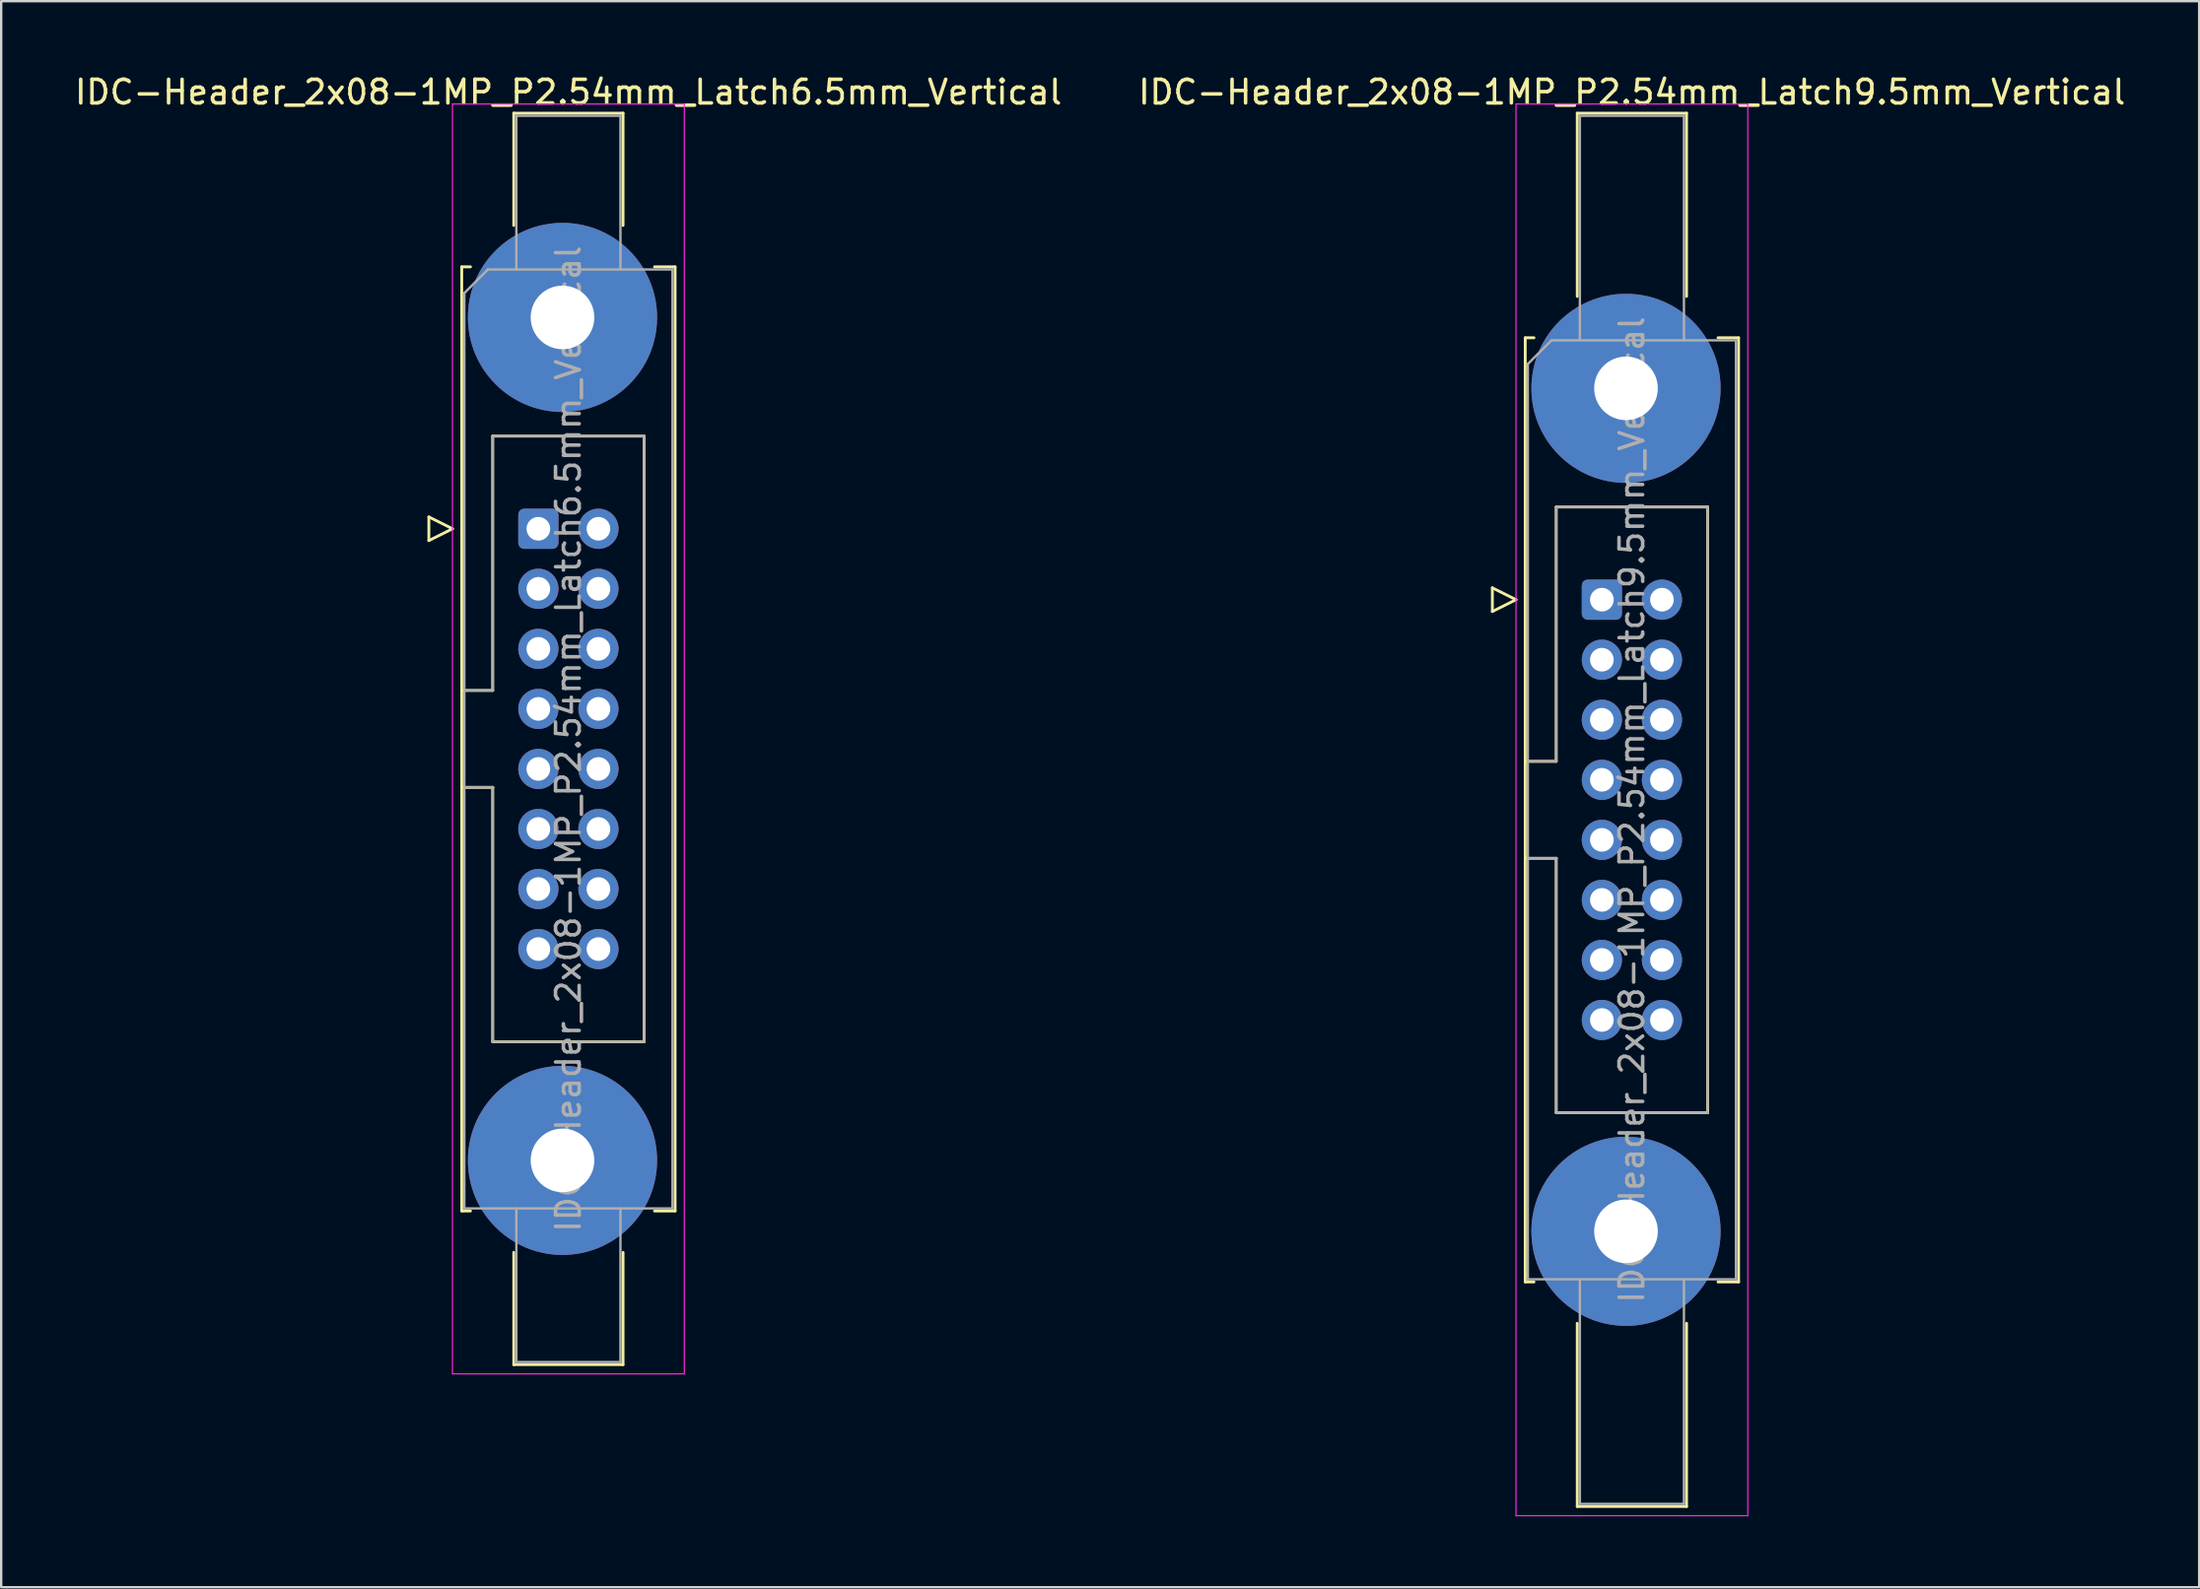
<source format=kicad_pcb>
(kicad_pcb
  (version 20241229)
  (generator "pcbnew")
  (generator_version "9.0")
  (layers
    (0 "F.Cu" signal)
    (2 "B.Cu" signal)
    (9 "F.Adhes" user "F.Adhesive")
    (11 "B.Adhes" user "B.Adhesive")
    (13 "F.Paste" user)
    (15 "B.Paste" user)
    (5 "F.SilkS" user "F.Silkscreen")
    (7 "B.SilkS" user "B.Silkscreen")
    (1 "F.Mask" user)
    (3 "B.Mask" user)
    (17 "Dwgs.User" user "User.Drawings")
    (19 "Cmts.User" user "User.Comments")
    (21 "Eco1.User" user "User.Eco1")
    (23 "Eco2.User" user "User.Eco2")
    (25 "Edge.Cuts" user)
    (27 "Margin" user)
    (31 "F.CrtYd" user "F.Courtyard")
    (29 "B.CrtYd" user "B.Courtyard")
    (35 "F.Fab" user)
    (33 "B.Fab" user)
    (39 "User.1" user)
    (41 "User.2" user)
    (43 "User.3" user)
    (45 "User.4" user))
  (footprint "IDC-Header_2x08-1MP_P2.54mm_Latch6.5mm_Vertical"
    (layer "F.Cu")
    (at 19.712 19.318)
    (property "Reference" "IDC-Header_2x08-1MP_P2.54mm_Latch6.5mm_Vertical" (at 1.27 -18.47 0) (layer "F.SilkS") (effects (font (size 1 1) (thickness 0.15))))
    (attr through_hole)
    (fp_line (start -4.63 -0.5) (end -4.63 0.5) (stroke (width 0.12) (type solid)) (layer "F.SilkS"))
    (fp_line (start -4.63 0.5) (end -3.63 0) (stroke (width 0.12) (type solid)) (layer "F.SilkS"))
    (fp_line (start -3.63 0) (end -4.63 -0.5) (stroke (width 0.12) (type solid)) (layer "F.SilkS"))
    (fp_line (start -3.24 -11.08) (end -3.24 28.86) (stroke (width 0.12) (type solid)) (layer "F.SilkS"))
    (fp_line (start -3.24 6.84) (end -1.93 6.84) (stroke (width 0.12) (type solid)) (layer "F.SilkS"))
    (fp_line (start -3.24 28.86) (end -2.87 28.86) (stroke (width 0.12) (type solid)) (layer "F.SilkS"))
    (fp_line (start -2.87 -11.08) (end -3.24 -11.08) (stroke (width 0.12) (type solid)) (layer "F.SilkS"))
    (fp_line (start -1.93 -3.92) (end 4.47 -3.92) (stroke (width 0.12) (type solid)) (layer "F.SilkS"))
    (fp_line (start -1.93 6.84) (end -1.93 -3.92) (stroke (width 0.12) (type solid)) (layer "F.SilkS"))
    (fp_line (start -1.93 10.94) (end -3.24 10.94) (stroke (width 0.12) (type solid)) (layer "F.SilkS"))
    (fp_line (start -1.93 10.94) (end -1.93 10.94) (stroke (width 0.12) (type solid)) (layer "F.SilkS"))
    (fp_line (start -1.93 21.7) (end -1.93 10.94) (stroke (width 0.12) (type solid)) (layer "F.SilkS"))
    (fp_line (start -1.04 -17.58) (end 3.58 -17.58) (stroke (width 0.12) (type solid)) (layer "F.SilkS"))
    (fp_line (start -1.04 -12.83) (end -1.04 -17.58) (stroke (width 0.12) (type solid)) (layer "F.SilkS"))
    (fp_line (start -1.04 30.61) (end -1.04 35.36) (stroke (width 0.12) (type solid)) (layer "F.SilkS"))
    (fp_line (start -1.04 35.36) (end 3.58 35.36) (stroke (width 0.12) (type solid)) (layer "F.SilkS"))
    (fp_line (start 3.58 -17.58) (end 3.58 -12.83) (stroke (width 0.12) (type solid)) (layer "F.SilkS"))
    (fp_line (start 3.58 35.36) (end 3.58 30.61) (stroke (width 0.12) (type solid)) (layer "F.SilkS"))
    (fp_line (start 4.47 -3.92) (end 4.47 21.7) (stroke (width 0.12) (type solid)) (layer "F.SilkS"))
    (fp_line (start 4.47 21.7) (end -1.93 21.7) (stroke (width 0.12) (type solid)) (layer "F.SilkS"))
    (fp_line (start 4.91 -11.08) (end 5.78 -11.08) (stroke (width 0.12) (type solid)) (layer "F.SilkS"))
    (fp_line (start 5.78 -11.08) (end 5.78 28.86) (stroke (width 0.12) (type solid)) (layer "F.SilkS"))
    (fp_line (start 5.78 28.86) (end 4.91 28.86) (stroke (width 0.12) (type solid)) (layer "F.SilkS"))
    (fp_line (start -3.63 -17.97) (end -3.63 35.75) (stroke (width 0.05) (type solid)) (layer "F.CrtYd"))
    (fp_line (start -3.63 35.75) (end 6.17 35.75) (stroke (width 0.05) (type solid)) (layer "F.CrtYd"))
    (fp_line (start 6.17 -17.97) (end -3.63 -17.97) (stroke (width 0.05) (type solid)) (layer "F.CrtYd"))
    (fp_line (start 6.17 35.75) (end 6.17 -17.97) (stroke (width 0.05) (type solid)) (layer "F.CrtYd"))
    (fp_line (start -3.13 -9.97) (end -2.13 -10.97) (stroke (width 0.1) (type solid)) (layer "F.Fab"))
    (fp_line (start -3.13 6.84) (end -1.93 6.84) (stroke (width 0.1) (type solid)) (layer "F.Fab"))
    (fp_line (start -3.13 28.75) (end -3.13 -9.97) (stroke (width 0.1) (type solid)) (layer "F.Fab"))
    (fp_line (start -2.13 -10.97) (end 5.67 -10.97) (stroke (width 0.1) (type solid)) (layer "F.Fab"))
    (fp_line (start -1.93 -3.92) (end 4.47 -3.92) (stroke (width 0.1) (type solid)) (layer "F.Fab"))
    (fp_line (start -1.93 6.84) (end -1.93 -3.92) (stroke (width 0.1) (type solid)) (layer "F.Fab"))
    (fp_line (start -1.93 10.94) (end -3.13 10.94) (stroke (width 0.1) (type solid)) (layer "F.Fab"))
    (fp_line (start -1.93 10.94) (end -1.93 10.94) (stroke (width 0.1) (type solid)) (layer "F.Fab"))
    (fp_line (start -1.93 21.7) (end -1.93 10.94) (stroke (width 0.1) (type solid)) (layer "F.Fab"))
    (fp_line (start -0.93 -17.47) (end 3.47 -17.47) (stroke (width 0.1) (type solid)) (layer "F.Fab"))
    (fp_line (start -0.93 -10.97) (end -0.93 -17.47) (stroke (width 0.1) (type solid)) (layer "F.Fab"))
    (fp_line (start -0.93 28.75) (end -0.93 35.25) (stroke (width 0.1) (type solid)) (layer "F.Fab"))
    (fp_line (start -0.93 35.25) (end 3.47 35.25) (stroke (width 0.1) (type solid)) (layer "F.Fab"))
    (fp_line (start 3.47 -17.47) (end 3.47 -10.97) (stroke (width 0.1) (type solid)) (layer "F.Fab"))
    (fp_line (start 3.47 35.25) (end 3.47 28.75) (stroke (width 0.1) (type solid)) (layer "F.Fab"))
    (fp_line (start 4.47 -3.92) (end 4.47 21.7) (stroke (width 0.1) (type solid)) (layer "F.Fab"))
    (fp_line (start 4.47 21.7) (end -1.93 21.7) (stroke (width 0.1) (type solid)) (layer "F.Fab"))
    (fp_line (start 5.67 -10.97) (end 5.67 28.75) (stroke (width 0.1) (type solid)) (layer "F.Fab"))
    (fp_line (start 5.67 28.75) (end -3.13 28.75) (stroke (width 0.1) (type solid)) (layer "F.Fab"))
    (fp_text user "${REFERENCE}" (at 1.27 8.89 90) (layer "F.Fab") (effects (font (size 1 1) (thickness 0.15))))
    (pad "1" thru_hole roundrect (at 0 0) (size 1.7 1.7) (drill 1) (layers "*.Cu" "*.Mask") (roundrect_rratio 0.147))
    (pad "2" thru_hole circle (at 2.54 0) (size 1.7 1.7) (drill 1) (layers "*.Cu" "*.Mask"))
    (pad "3" thru_hole circle (at 0 2.54) (size 1.7 1.7) (drill 1) (layers "*.Cu" "*.Mask"))
    (pad "4" thru_hole circle (at 2.54 2.54) (size 1.7 1.7) (drill 1) (layers "*.Cu" "*.Mask"))
    (pad "5" thru_hole circle (at 0 5.08) (size 1.7 1.7) (drill 1) (layers "*.Cu" "*.Mask"))
    (pad "6" thru_hole circle (at 2.54 5.08) (size 1.7 1.7) (drill 1) (layers "*.Cu" "*.Mask"))
    (pad "7" thru_hole circle (at 0 7.62) (size 1.7 1.7) (drill 1) (layers "*.Cu" "*.Mask"))
    (pad "8" thru_hole circle (at 2.54 7.62) (size 1.7 1.7) (drill 1) (layers "*.Cu" "*.Mask"))
    (pad "9" thru_hole circle (at 0 10.16) (size 1.7 1.7) (drill 1) (layers "*.Cu" "*.Mask"))
    (pad "10" thru_hole circle (at 2.54 10.16) (size 1.7 1.7) (drill 1) (layers "*.Cu" "*.Mask"))
    (pad "11" thru_hole circle (at 0 12.7) (size 1.7 1.7) (drill 1) (layers "*.Cu" "*.Mask"))
    (pad "12" thru_hole circle (at 2.54 12.7) (size 1.7 1.7) (drill 1) (layers "*.Cu" "*.Mask"))
    (pad "13" thru_hole circle (at 0 15.24) (size 1.7 1.7) (drill 1) (layers "*.Cu" "*.Mask"))
    (pad "14" thru_hole circle (at 2.54 15.24) (size 1.7 1.7) (drill 1) (layers "*.Cu" "*.Mask"))
    (pad "15" thru_hole circle (at 0 17.78) (size 1.7 1.7) (drill 1) (layers "*.Cu" "*.Mask"))
    (pad "16" thru_hole circle (at 2.54 17.78) (size 1.7 1.7) (drill 1) (layers "*.Cu" "*.Mask"))
    (pad "MP" thru_hole circle (at 1.02 -8.94) (size 8 8) (drill 2.69) (layers "*.Cu" "*.Mask"))
    (pad "MP" thru_hole circle (at 1.02 26.72) (size 8 8) (drill 2.69) (layers "*.Cu" "*.Mask")))
  (footprint "IDC-Header_2x08-1MP_P2.54mm_Latch9.5mm_Vertical"
    (layer "F.Cu")
    (at 64.676 22.318)
    (property "Reference" "IDC-Header_2x08-1MP_P2.54mm_Latch9.5mm_Vertical" (at 1.27 -21.47 0) (layer "F.SilkS") (effects (font (size 1 1) (thickness 0.15))))
    (attr through_hole)
    (fp_line (start -4.63 -0.5) (end -4.63 0.5) (stroke (width 0.12) (type solid)) (layer "F.SilkS"))
    (fp_line (start -4.63 0.5) (end -3.63 0) (stroke (width 0.12) (type solid)) (layer "F.SilkS"))
    (fp_line (start -3.63 0) (end -4.63 -0.5) (stroke (width 0.12) (type solid)) (layer "F.SilkS"))
    (fp_line (start -3.24 -11.08) (end -3.24 28.86) (stroke (width 0.12) (type solid)) (layer "F.SilkS"))
    (fp_line (start -3.24 6.84) (end -1.93 6.84) (stroke (width 0.12) (type solid)) (layer "F.SilkS"))
    (fp_line (start -3.24 28.86) (end -2.87 28.86) (stroke (width 0.12) (type solid)) (layer "F.SilkS"))
    (fp_line (start -2.87 -11.08) (end -3.24 -11.08) (stroke (width 0.12) (type solid)) (layer "F.SilkS"))
    (fp_line (start -1.93 -3.92) (end 4.47 -3.92) (stroke (width 0.12) (type solid)) (layer "F.SilkS"))
    (fp_line (start -1.93 6.84) (end -1.93 -3.92) (stroke (width 0.12) (type solid)) (layer "F.SilkS"))
    (fp_line (start -1.93 10.94) (end -3.24 10.94) (stroke (width 0.12) (type solid)) (layer "F.SilkS"))
    (fp_line (start -1.93 10.94) (end -1.93 10.94) (stroke (width 0.12) (type solid)) (layer "F.SilkS"))
    (fp_line (start -1.93 21.7) (end -1.93 10.94) (stroke (width 0.12) (type solid)) (layer "F.SilkS"))
    (fp_line (start -1.04 -20.58) (end 3.58 -20.58) (stroke (width 0.12) (type solid)) (layer "F.SilkS"))
    (fp_line (start -1.04 -12.83) (end -1.04 -20.58) (stroke (width 0.12) (type solid)) (layer "F.SilkS"))
    (fp_line (start -1.04 30.61) (end -1.04 38.36) (stroke (width 0.12) (type solid)) (layer "F.SilkS"))
    (fp_line (start -1.04 38.36) (end 3.58 38.36) (stroke (width 0.12) (type solid)) (layer "F.SilkS"))
    (fp_line (start 3.58 -20.58) (end 3.58 -12.83) (stroke (width 0.12) (type solid)) (layer "F.SilkS"))
    (fp_line (start 3.58 38.36) (end 3.58 30.61) (stroke (width 0.12) (type solid)) (layer "F.SilkS"))
    (fp_line (start 4.47 -3.92) (end 4.47 21.7) (stroke (width 0.12) (type solid)) (layer "F.SilkS"))
    (fp_line (start 4.47 21.7) (end -1.93 21.7) (stroke (width 0.12) (type solid)) (layer "F.SilkS"))
    (fp_line (start 4.91 -11.08) (end 5.78 -11.08) (stroke (width 0.12) (type solid)) (layer "F.SilkS"))
    (fp_line (start 5.78 -11.08) (end 5.78 28.86) (stroke (width 0.12) (type solid)) (layer "F.SilkS"))
    (fp_line (start 5.78 28.86) (end 4.91 28.86) (stroke (width 0.12) (type solid)) (layer "F.SilkS"))
    (fp_line (start -3.63 -20.97) (end -3.63 38.75) (stroke (width 0.05) (type solid)) (layer "F.CrtYd"))
    (fp_line (start -3.63 38.75) (end 6.17 38.75) (stroke (width 0.05) (type solid)) (layer "F.CrtYd"))
    (fp_line (start 6.17 -20.97) (end -3.63 -20.97) (stroke (width 0.05) (type solid)) (layer "F.CrtYd"))
    (fp_line (start 6.17 38.75) (end 6.17 -20.97) (stroke (width 0.05) (type solid)) (layer "F.CrtYd"))
    (fp_line (start -3.13 -9.97) (end -2.13 -10.97) (stroke (width 0.1) (type solid)) (layer "F.Fab"))
    (fp_line (start -3.13 6.84) (end -1.93 6.84) (stroke (width 0.1) (type solid)) (layer "F.Fab"))
    (fp_line (start -3.13 28.75) (end -3.13 -9.97) (stroke (width 0.1) (type solid)) (layer "F.Fab"))
    (fp_line (start -2.13 -10.97) (end 5.67 -10.97) (stroke (width 0.1) (type solid)) (layer "F.Fab"))
    (fp_line (start -1.93 -3.92) (end 4.47 -3.92) (stroke (width 0.1) (type solid)) (layer "F.Fab"))
    (fp_line (start -1.93 6.84) (end -1.93 -3.92) (stroke (width 0.1) (type solid)) (layer "F.Fab"))
    (fp_line (start -1.93 10.94) (end -3.13 10.94) (stroke (width 0.1) (type solid)) (layer "F.Fab"))
    (fp_line (start -1.93 10.94) (end -1.93 10.94) (stroke (width 0.1) (type solid)) (layer "F.Fab"))
    (fp_line (start -1.93 21.7) (end -1.93 10.94) (stroke (width 0.1) (type solid)) (layer "F.Fab"))
    (fp_line (start -0.93 -20.47) (end 3.47 -20.47) (stroke (width 0.1) (type solid)) (layer "F.Fab"))
    (fp_line (start -0.93 -10.97) (end -0.93 -20.47) (stroke (width 0.1) (type solid)) (layer "F.Fab"))
    (fp_line (start -0.93 28.75) (end -0.93 38.25) (stroke (width 0.1) (type solid)) (layer "F.Fab"))
    (fp_line (start -0.93 38.25) (end 3.47 38.25) (stroke (width 0.1) (type solid)) (layer "F.Fab"))
    (fp_line (start 3.47 -20.47) (end 3.47 -10.97) (stroke (width 0.1) (type solid)) (layer "F.Fab"))
    (fp_line (start 3.47 38.25) (end 3.47 28.75) (stroke (width 0.1) (type solid)) (layer "F.Fab"))
    (fp_line (start 4.47 -3.92) (end 4.47 21.7) (stroke (width 0.1) (type solid)) (layer "F.Fab"))
    (fp_line (start 4.47 21.7) (end -1.93 21.7) (stroke (width 0.1) (type solid)) (layer "F.Fab"))
    (fp_line (start 5.67 -10.97) (end 5.67 28.75) (stroke (width 0.1) (type solid)) (layer "F.Fab"))
    (fp_line (start 5.67 28.75) (end -3.13 28.75) (stroke (width 0.1) (type solid)) (layer "F.Fab"))
    (fp_text user "${REFERENCE}" (at 1.27 8.89 90) (layer "F.Fab") (effects (font (size 1 1) (thickness 0.15))))
    (pad "1" thru_hole roundrect (at 0 0) (size 1.7 1.7) (drill 1) (layers "*.Cu" "*.Mask") (roundrect_rratio 0.147))
    (pad "2" thru_hole circle (at 2.54 0) (size 1.7 1.7) (drill 1) (layers "*.Cu" "*.Mask"))
    (pad "3" thru_hole circle (at 0 2.54) (size 1.7 1.7) (drill 1) (layers "*.Cu" "*.Mask"))
    (pad "4" thru_hole circle (at 2.54 2.54) (size 1.7 1.7) (drill 1) (layers "*.Cu" "*.Mask"))
    (pad "5" thru_hole circle (at 0 5.08) (size 1.7 1.7) (drill 1) (layers "*.Cu" "*.Mask"))
    (pad "6" thru_hole circle (at 2.54 5.08) (size 1.7 1.7) (drill 1) (layers "*.Cu" "*.Mask"))
    (pad "7" thru_hole circle (at 0 7.62) (size 1.7 1.7) (drill 1) (layers "*.Cu" "*.Mask"))
    (pad "8" thru_hole circle (at 2.54 7.62) (size 1.7 1.7) (drill 1) (layers "*.Cu" "*.Mask"))
    (pad "9" thru_hole circle (at 0 10.16) (size 1.7 1.7) (drill 1) (layers "*.Cu" "*.Mask"))
    (pad "10" thru_hole circle (at 2.54 10.16) (size 1.7 1.7) (drill 1) (layers "*.Cu" "*.Mask"))
    (pad "11" thru_hole circle (at 0 12.7) (size 1.7 1.7) (drill 1) (layers "*.Cu" "*.Mask"))
    (pad "12" thru_hole circle (at 2.54 12.7) (size 1.7 1.7) (drill 1) (layers "*.Cu" "*.Mask"))
    (pad "13" thru_hole circle (at 0 15.24) (size 1.7 1.7) (drill 1) (layers "*.Cu" "*.Mask"))
    (pad "14" thru_hole circle (at 2.54 15.24) (size 1.7 1.7) (drill 1) (layers "*.Cu" "*.Mask"))
    (pad "15" thru_hole circle (at 0 17.78) (size 1.7 1.7) (drill 1) (layers "*.Cu" "*.Mask"))
    (pad "16" thru_hole circle (at 2.54 17.78) (size 1.7 1.7) (drill 1) (layers "*.Cu" "*.Mask"))
    (pad "MP" thru_hole circle (at 1.02 -8.94) (size 8 8) (drill 2.69) (layers "*.Cu" "*.Mask"))
    (pad "MP" thru_hole circle (at 1.02 26.72) (size 8 8) (drill 2.69) (layers "*.Cu" "*.Mask")))
  (gr_rect
    (start -3 -3)
    (end 89.929 64.093)
    (stroke (width 0.1) (type default))
    (fill no)
    (layer "Edge.Cuts")))
</source>
